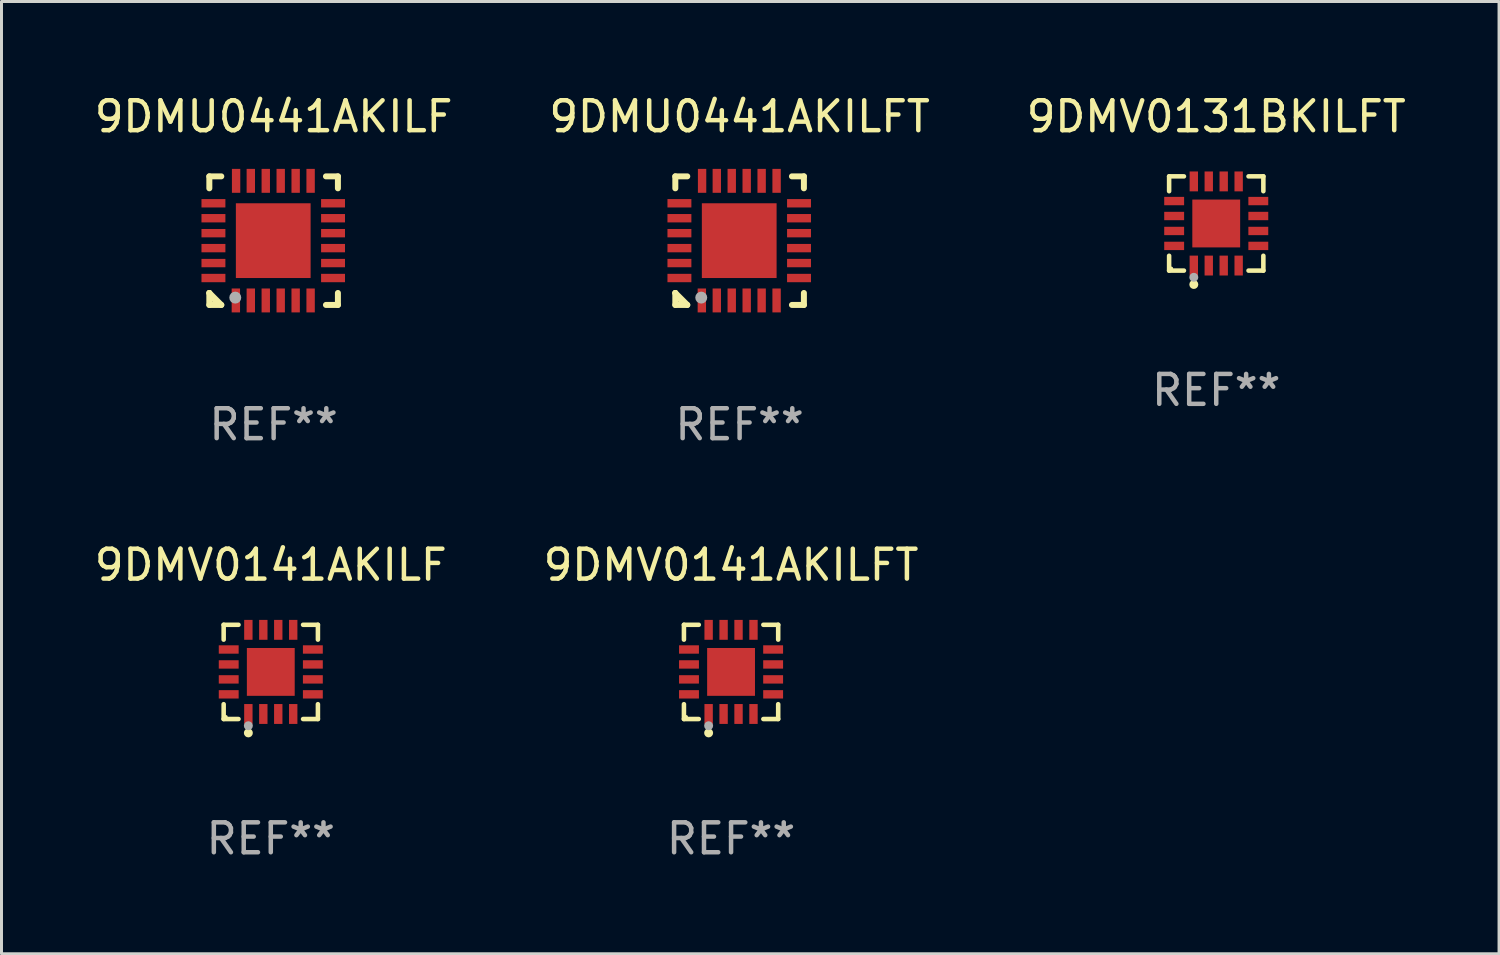
<source format=kicad_pcb>
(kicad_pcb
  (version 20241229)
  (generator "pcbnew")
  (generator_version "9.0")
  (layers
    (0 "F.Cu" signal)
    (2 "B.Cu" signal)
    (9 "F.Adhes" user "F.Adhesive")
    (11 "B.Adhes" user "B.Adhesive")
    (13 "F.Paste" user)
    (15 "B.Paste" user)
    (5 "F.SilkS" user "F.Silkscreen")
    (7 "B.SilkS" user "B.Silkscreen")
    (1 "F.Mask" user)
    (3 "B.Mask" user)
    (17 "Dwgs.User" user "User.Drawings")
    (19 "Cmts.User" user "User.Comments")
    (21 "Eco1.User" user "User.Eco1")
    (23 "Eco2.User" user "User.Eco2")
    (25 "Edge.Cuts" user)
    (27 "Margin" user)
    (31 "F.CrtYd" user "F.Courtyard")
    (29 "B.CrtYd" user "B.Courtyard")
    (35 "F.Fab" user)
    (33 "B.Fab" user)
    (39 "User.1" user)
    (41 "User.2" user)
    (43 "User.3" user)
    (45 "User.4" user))
  (footprint "9DMV0141AKILFT"
    (layer "F.Cu")
    (at 21.399 19.421)
    (property "Reference" "9DMV0141AKILFT" (at 0 -3.576 0) (layer "F.SilkS") (effects (font (size 1 1) (thickness 0.15))))
    (attr through_hole)
    (fp_line (start -1.576 -1.576) (end -1.08 -1.576) (stroke (width 0.152) (type solid)) (layer "F.SilkS"))
    (fp_line (start -1.576 -1.08) (end -1.576 -1.576) (stroke (width 0.152) (type solid)) (layer "F.SilkS"))
    (fp_line (start -1.576 1.08) (end -1.576 1.576) (stroke (width 0.152) (type solid)) (layer "F.SilkS"))
    (fp_line (start -1.576 1.576) (end -1.08 1.576) (stroke (width 0.152) (type solid)) (layer "F.SilkS"))
    (fp_line (start 1.576 -1.576) (end 1.08 -1.576) (stroke (width 0.152) (type solid)) (layer "F.SilkS"))
    (fp_line (start 1.576 -1.08) (end 1.576 -1.576) (stroke (width 0.152) (type solid)) (layer "F.SilkS"))
    (fp_line (start 1.576 1.08) (end 1.576 1.576) (stroke (width 0.152) (type solid)) (layer "F.SilkS"))
    (fp_line (start 1.576 1.576) (end 1.08 1.576) (stroke (width 0.152) (type solid)) (layer "F.SilkS"))
    (fp_circle (center -1.5 1.5) (end -1.47 1.5) (stroke (width 0.06) (type solid)) (fill no) (layer "F.SilkS"))
    (fp_circle (center -0.75 2.04) (end -0.675 2.04) (stroke (width 0.15) (type solid)) (fill no) (layer "F.SilkS"))
    (fp_circle (center -0.75 1.8) (end -0.675 1.8) (stroke (width 0.15) (type solid)) (fill no) (layer "F.Fab"))
    (fp_text user "REF**" (at 0 5.576 0) (layer "F.Fab") (effects (font (size 1 1) (thickness 0.15))))
    (pad "1" smd rect (at -0.75 1.407) (size 0.28 0.665) (layers "F.Cu" "F.Mask" "F.Paste"))
    (pad "2" smd rect (at -0.25 1.407) (size 0.28 0.665) (layers "F.Cu" "F.Mask" "F.Paste"))
    (pad "3" smd rect (at 0.25 1.407) (size 0.28 0.665) (layers "F.Cu" "F.Mask" "F.Paste"))
    (pad "4" smd rect (at 0.75 1.407) (size 0.28 0.665) (layers "F.Cu" "F.Mask" "F.Paste"))
    (pad "5" smd rect (at 1.407 0.75) (size 0.665 0.28) (layers "F.Cu" "F.Mask" "F.Paste"))
    (pad "6" smd rect (at 1.407 0.25) (size 0.665 0.28) (layers "F.Cu" "F.Mask" "F.Paste"))
    (pad "7" smd rect (at 1.407 -0.25) (size 0.665 0.28) (layers "F.Cu" "F.Mask" "F.Paste"))
    (pad "8" smd rect (at 1.407 -0.75) (size 0.665 0.28) (layers "F.Cu" "F.Mask" "F.Paste"))
    (pad "9" smd rect (at 0.75 -1.407) (size 0.28 0.665) (layers "F.Cu" "F.Mask" "F.Paste"))
    (pad "10" smd rect (at 0.25 -1.407) (size 0.28 0.665) (layers "F.Cu" "F.Mask" "F.Paste"))
    (pad "11" smd rect (at -0.25 -1.407) (size 0.28 0.665) (layers "F.Cu" "F.Mask" "F.Paste"))
    (pad "12" smd rect (at -0.75 -1.407) (size 0.28 0.665) (layers "F.Cu" "F.Mask" "F.Paste"))
    (pad "13" smd rect (at -1.407 -0.75) (size 0.665 0.28) (layers "F.Cu" "F.Mask" "F.Paste"))
    (pad "14" smd rect (at -1.407 -0.25) (size 0.665 0.28) (layers "F.Cu" "F.Mask" "F.Paste"))
    (pad "15" smd rect (at -1.407 0.25) (size 0.665 0.28) (layers "F.Cu" "F.Mask" "F.Paste"))
    (pad "16" smd rect (at -1.407 0.75) (size 0.665 0.28) (layers "F.Cu" "F.Mask" "F.Paste"))
    (pad "17" smd rect (at 0 0) (size 1.6 1.6) (layers "F.Cu" "F.Mask" "F.Paste")))
  (footprint "9DMV0131BKILFT"
    (layer "F.Cu")
    (at 37.625 4.424)
    (property "Reference" "9DMV0131BKILFT" (at 0 -3.576 0) (layer "F.SilkS") (effects (font (size 1 1) (thickness 0.15))))
    (attr through_hole)
    (fp_line (start -1.576 -1.576) (end -1.08 -1.576) (stroke (width 0.152) (type solid)) (layer "F.SilkS"))
    (fp_line (start -1.576 -1.08) (end -1.576 -1.576) (stroke (width 0.152) (type solid)) (layer "F.SilkS"))
    (fp_line (start -1.576 1.08) (end -1.576 1.576) (stroke (width 0.152) (type solid)) (layer "F.SilkS"))
    (fp_line (start -1.576 1.576) (end -1.08 1.576) (stroke (width 0.152) (type solid)) (layer "F.SilkS"))
    (fp_line (start 1.576 -1.576) (end 1.08 -1.576) (stroke (width 0.152) (type solid)) (layer "F.SilkS"))
    (fp_line (start 1.576 -1.08) (end 1.576 -1.576) (stroke (width 0.152) (type solid)) (layer "F.SilkS"))
    (fp_line (start 1.576 1.08) (end 1.576 1.576) (stroke (width 0.152) (type solid)) (layer "F.SilkS"))
    (fp_line (start 1.576 1.576) (end 1.08 1.576) (stroke (width 0.152) (type solid)) (layer "F.SilkS"))
    (fp_circle (center -1.5 1.5) (end -1.47 1.5) (stroke (width 0.06) (type solid)) (fill no) (layer "F.SilkS"))
    (fp_circle (center -0.75 2.04) (end -0.675 2.04) (stroke (width 0.15) (type solid)) (fill no) (layer "F.SilkS"))
    (fp_circle (center -0.75 1.8) (end -0.675 1.8) (stroke (width 0.15) (type solid)) (fill no) (layer "F.Fab"))
    (fp_text user "REF**" (at 0 5.576 0) (layer "F.Fab") (effects (font (size 1 1) (thickness 0.15))))
    (pad "1" smd rect (at -0.75 1.407) (size 0.28 0.665) (layers "F.Cu" "F.Mask" "F.Paste"))
    (pad "2" smd rect (at -0.25 1.407) (size 0.28 0.665) (layers "F.Cu" "F.Mask" "F.Paste"))
    (pad "3" smd rect (at 0.25 1.407) (size 0.28 0.665) (layers "F.Cu" "F.Mask" "F.Paste"))
    (pad "4" smd rect (at 0.75 1.407) (size 0.28 0.665) (layers "F.Cu" "F.Mask" "F.Paste"))
    (pad "5" smd rect (at 1.407 0.75) (size 0.665 0.28) (layers "F.Cu" "F.Mask" "F.Paste"))
    (pad "6" smd rect (at 1.407 0.25) (size 0.665 0.28) (layers "F.Cu" "F.Mask" "F.Paste"))
    (pad "7" smd rect (at 1.407 -0.25) (size 0.665 0.28) (layers "F.Cu" "F.Mask" "F.Paste"))
    (pad "8" smd rect (at 1.407 -0.75) (size 0.665 0.28) (layers "F.Cu" "F.Mask" "F.Paste"))
    (pad "9" smd rect (at 0.75 -1.407) (size 0.28 0.665) (layers "F.Cu" "F.Mask" "F.Paste"))
    (pad "10" smd rect (at 0.25 -1.407) (size 0.28 0.665) (layers "F.Cu" "F.Mask" "F.Paste"))
    (pad "11" smd rect (at -0.25 -1.407) (size 0.28 0.665) (layers "F.Cu" "F.Mask" "F.Paste"))
    (pad "12" smd rect (at -0.75 -1.407) (size 0.28 0.665) (layers "F.Cu" "F.Mask" "F.Paste"))
    (pad "13" smd rect (at -1.407 -0.75) (size 0.665 0.28) (layers "F.Cu" "F.Mask" "F.Paste"))
    (pad "14" smd rect (at -1.407 -0.25) (size 0.665 0.28) (layers "F.Cu" "F.Mask" "F.Paste"))
    (pad "15" smd rect (at -1.407 0.25) (size 0.665 0.28) (layers "F.Cu" "F.Mask" "F.Paste"))
    (pad "16" smd rect (at -1.407 0.75) (size 0.665 0.28) (layers "F.Cu" "F.Mask" "F.Paste"))
    (pad "17" smd rect (at 0 0) (size 1.6 1.6) (layers "F.Cu" "F.Mask" "F.Paste")))
  (footprint "9DMU0441AKILF"
    (layer "F.Cu")
    (at 6.101 4.998)
    (property "Reference" "9DMU0441AKILF" (at 0 -4.15 0) (layer "F.SilkS") (effects (font (size 1 1) (thickness 0.15))))
    (attr through_hole)
    (fp_line (start -2.15 -2.15) (end -1.75 -2.15) (stroke (width 0.2) (type solid)) (layer "F.SilkS"))
    (fp_line (start -2.15 -1.75) (end -2.15 -2.15) (stroke (width 0.2) (type solid)) (layer "F.SilkS"))
    (fp_line (start -2.15 1.75) (end -2.15 1.75) (stroke (width 0.2) (type solid)) (layer "F.SilkS"))
    (fp_line (start -2.15 1.75) (end -1.75 2.15) (stroke (width 0.2) (type solid)) (layer "F.SilkS"))
    (fp_line (start -2.15 2.15) (end -2.15 1.75) (stroke (width 0.2) (type solid)) (layer "F.SilkS"))
    (fp_line (start -1.75 2.15) (end -2.15 2.15) (stroke (width 0.2) (type solid)) (layer "F.SilkS"))
    (fp_line (start 2.15 -2.15) (end 1.75 -2.15) (stroke (width 0.2) (type solid)) (layer "F.SilkS"))
    (fp_line (start 2.15 -1.75) (end 2.15 -2.15) (stroke (width 0.2) (type solid)) (layer "F.SilkS"))
    (fp_line (start 2.15 1.75) (end 2.15 2.15) (stroke (width 0.2) (type solid)) (layer "F.SilkS"))
    (fp_line (start 2.15 2.15) (end 1.75 2.15) (stroke (width 0.2) (type solid)) (layer "F.SilkS"))
    (fp_circle (center -2.013 2) (end -1.983 2) (stroke (width 0.06) (type solid)) (fill no) (layer "F.SilkS"))
    (fp_circle (center -1.283 1.905) (end -1.183 1.905) (stroke (width 0.2) (type solid)) (fill no) (layer "F.Fab"))
    (fp_text user "REF**" (at 0 6.15 0) (layer "F.Fab") (effects (font (size 1 1) (thickness 0.15))))
    (pad "1" smd rect (at -1.263 2 180) (size 0.28 0.8) (layers "F.Cu" "F.Mask" "F.Paste"))
    (pad "2" smd rect (at -0.763 2 180) (size 0.28 0.8) (layers "F.Cu" "F.Mask" "F.Paste"))
    (pad "3" smd rect (at -0.263 2 180) (size 0.28 0.8) (layers "F.Cu" "F.Mask" "F.Paste"))
    (pad "4" smd rect (at 0.237 2 180) (size 0.28 0.8) (layers "F.Cu" "F.Mask" "F.Paste"))
    (pad "5" smd rect (at 0.737 2 180) (size 0.28 0.8) (layers "F.Cu" "F.Mask" "F.Paste"))
    (pad "6" smd rect (at 1.237 2 180) (size 0.28 0.8) (layers "F.Cu" "F.Mask" "F.Paste"))
    (pad "7" smd rect (at 1.987 1.25 90) (size 0.28 0.8) (layers "F.Cu" "F.Mask" "F.Paste"))
    (pad "8" smd rect (at 1.987 0.75 90) (size 0.28 0.8) (layers "F.Cu" "F.Mask" "F.Paste"))
    (pad "9" smd rect (at 1.987 0.25 90) (size 0.28 0.8) (layers "F.Cu" "F.Mask" "F.Paste"))
    (pad "10" smd rect (at 1.987 -0.25 90) (size 0.28 0.8) (layers "F.Cu" "F.Mask" "F.Paste"))
    (pad "11" smd rect (at 1.987 -0.75 90) (size 0.28 0.8) (layers "F.Cu" "F.Mask" "F.Paste"))
    (pad "12" smd rect (at 1.987 -1.25 90) (size 0.28 0.8) (layers "F.Cu" "F.Mask" "F.Paste"))
    (pad "13" smd rect (at 1.237 -2 180) (size 0.28 0.8) (layers "F.Cu" "F.Mask" "F.Paste"))
    (pad "14" smd rect (at 0.737 -2 180) (size 0.28 0.8) (layers "F.Cu" "F.Mask" "F.Paste"))
    (pad "15" smd rect (at 0.237 -2 180) (size 0.28 0.8) (layers "F.Cu" "F.Mask" "F.Paste"))
    (pad "16" smd rect (at -0.263 -2 180) (size 0.28 0.8) (layers "F.Cu" "F.Mask" "F.Paste"))
    (pad "17" smd rect (at -0.763 -2 180) (size 0.28 0.8) (layers "F.Cu" "F.Mask" "F.Paste"))
    (pad "18" smd rect (at -1.255 -2 180) (size 0.28 0.8) (layers "F.Cu" "F.Mask" "F.Paste"))
    (pad "19" smd rect (at -2.013 -1.25 90) (size 0.28 0.8) (layers "F.Cu" "F.Mask" "F.Paste"))
    (pad "20" smd rect (at -2.013 -0.75 90) (size 0.28 0.8) (layers "F.Cu" "F.Mask" "F.Paste"))
    (pad "21" smd rect (at -2.013 -0.25 90) (size 0.28 0.8) (layers "F.Cu" "F.Mask" "F.Paste"))
    (pad "22" smd rect (at -2.013 0.25 90) (size 0.28 0.8) (layers "F.Cu" "F.Mask" "F.Paste"))
    (pad "23" smd rect (at -2.013 0.75 90) (size 0.28 0.8) (layers "F.Cu" "F.Mask" "F.Paste"))
    (pad "24" smd rect (at -2.013 1.25 90) (size 0.28 0.8) (layers "F.Cu" "F.Mask" "F.Paste"))
    (pad "25" smd rect (at -0.013 0 90) (size 2.5 2.5) (layers "F.Cu" "F.Mask" "F.Paste")))
  (footprint "9DMU0441AKILFT"
    (layer "F.Cu")
    (at 21.685 4.998)
    (property "Reference" "9DMU0441AKILFT" (at 0 -4.15 0) (layer "F.SilkS") (effects (font (size 1 1) (thickness 0.15))))
    (attr through_hole)
    (fp_line (start -2.15 -2.15) (end -1.75 -2.15) (stroke (width 0.2) (type solid)) (layer "F.SilkS"))
    (fp_line (start -2.15 -1.75) (end -2.15 -2.15) (stroke (width 0.2) (type solid)) (layer "F.SilkS"))
    (fp_line (start -2.15 1.75) (end -2.15 1.75) (stroke (width 0.2) (type solid)) (layer "F.SilkS"))
    (fp_line (start -2.15 1.75) (end -1.75 2.15) (stroke (width 0.2) (type solid)) (layer "F.SilkS"))
    (fp_line (start -2.15 2.15) (end -2.15 1.75) (stroke (width 0.2) (type solid)) (layer "F.SilkS"))
    (fp_line (start -1.75 2.15) (end -2.15 2.15) (stroke (width 0.2) (type solid)) (layer "F.SilkS"))
    (fp_line (start 2.15 -2.15) (end 1.75 -2.15) (stroke (width 0.2) (type solid)) (layer "F.SilkS"))
    (fp_line (start 2.15 -1.75) (end 2.15 -2.15) (stroke (width 0.2) (type solid)) (layer "F.SilkS"))
    (fp_line (start 2.15 1.75) (end 2.15 2.15) (stroke (width 0.2) (type solid)) (layer "F.SilkS"))
    (fp_line (start 2.15 2.15) (end 1.75 2.15) (stroke (width 0.2) (type solid)) (layer "F.SilkS"))
    (fp_circle (center -2.013 2) (end -1.983 2) (stroke (width 0.06) (type solid)) (fill no) (layer "F.SilkS"))
    (fp_circle (center -1.283 1.905) (end -1.183 1.905) (stroke (width 0.2) (type solid)) (fill no) (layer "F.Fab"))
    (fp_text user "REF**" (at 0 6.15 0) (layer "F.Fab") (effects (font (size 1 1) (thickness 0.15))))
    (pad "1" smd rect (at -1.263 2 180) (size 0.28 0.8) (layers "F.Cu" "F.Mask" "F.Paste"))
    (pad "2" smd rect (at -0.763 2 180) (size 0.28 0.8) (layers "F.Cu" "F.Mask" "F.Paste"))
    (pad "3" smd rect (at -0.263 2 180) (size 0.28 0.8) (layers "F.Cu" "F.Mask" "F.Paste"))
    (pad "4" smd rect (at 0.237 2 180) (size 0.28 0.8) (layers "F.Cu" "F.Mask" "F.Paste"))
    (pad "5" smd rect (at 0.737 2 180) (size 0.28 0.8) (layers "F.Cu" "F.Mask" "F.Paste"))
    (pad "6" smd rect (at 1.237 2 180) (size 0.28 0.8) (layers "F.Cu" "F.Mask" "F.Paste"))
    (pad "7" smd rect (at 1.987 1.25 90) (size 0.28 0.8) (layers "F.Cu" "F.Mask" "F.Paste"))
    (pad "8" smd rect (at 1.987 0.75 90) (size 0.28 0.8) (layers "F.Cu" "F.Mask" "F.Paste"))
    (pad "9" smd rect (at 1.987 0.25 90) (size 0.28 0.8) (layers "F.Cu" "F.Mask" "F.Paste"))
    (pad "10" smd rect (at 1.987 -0.25 90) (size 0.28 0.8) (layers "F.Cu" "F.Mask" "F.Paste"))
    (pad "11" smd rect (at 1.987 -0.75 90) (size 0.28 0.8) (layers "F.Cu" "F.Mask" "F.Paste"))
    (pad "12" smd rect (at 1.987 -1.25 90) (size 0.28 0.8) (layers "F.Cu" "F.Mask" "F.Paste"))
    (pad "13" smd rect (at 1.237 -2 180) (size 0.28 0.8) (layers "F.Cu" "F.Mask" "F.Paste"))
    (pad "14" smd rect (at 0.737 -2 180) (size 0.28 0.8) (layers "F.Cu" "F.Mask" "F.Paste"))
    (pad "15" smd rect (at 0.237 -2 180) (size 0.28 0.8) (layers "F.Cu" "F.Mask" "F.Paste"))
    (pad "16" smd rect (at -0.263 -2 180) (size 0.28 0.8) (layers "F.Cu" "F.Mask" "F.Paste"))
    (pad "17" smd rect (at -0.763 -2 180) (size 0.28 0.8) (layers "F.Cu" "F.Mask" "F.Paste"))
    (pad "18" smd rect (at -1.255 -2 180) (size 0.28 0.8) (layers "F.Cu" "F.Mask" "F.Paste"))
    (pad "19" smd rect (at -2.013 -1.25 90) (size 0.28 0.8) (layers "F.Cu" "F.Mask" "F.Paste"))
    (pad "20" smd rect (at -2.013 -0.75 90) (size 0.28 0.8) (layers "F.Cu" "F.Mask" "F.Paste"))
    (pad "21" smd rect (at -2.013 -0.25 90) (size 0.28 0.8) (layers "F.Cu" "F.Mask" "F.Paste"))
    (pad "22" smd rect (at -2.013 0.25 90) (size 0.28 0.8) (layers "F.Cu" "F.Mask" "F.Paste"))
    (pad "23" smd rect (at -2.013 0.75 90) (size 0.28 0.8) (layers "F.Cu" "F.Mask" "F.Paste"))
    (pad "24" smd rect (at -2.013 1.25 90) (size 0.28 0.8) (layers "F.Cu" "F.Mask" "F.Paste"))
    (pad "25" smd rect (at -0.013 0 90) (size 2.5 2.5) (layers "F.Cu" "F.Mask" "F.Paste")))
  (footprint "9DMV0141AKILF"
    (layer "F.Cu")
    (at 6.006 19.421)
    (property "Reference" "9DMV0141AKILF" (at 0 -3.576 0) (layer "F.SilkS") (effects (font (size 1 1) (thickness 0.15))))
    (attr through_hole)
    (fp_line (start -1.576 -1.576) (end -1.08 -1.576) (stroke (width 0.152) (type solid)) (layer "F.SilkS"))
    (fp_line (start -1.576 -1.08) (end -1.576 -1.576) (stroke (width 0.152) (type solid)) (layer "F.SilkS"))
    (fp_line (start -1.576 1.08) (end -1.576 1.576) (stroke (width 0.152) (type solid)) (layer "F.SilkS"))
    (fp_line (start -1.576 1.576) (end -1.08 1.576) (stroke (width 0.152) (type solid)) (layer "F.SilkS"))
    (fp_line (start 1.576 -1.576) (end 1.08 -1.576) (stroke (width 0.152) (type solid)) (layer "F.SilkS"))
    (fp_line (start 1.576 -1.08) (end 1.576 -1.576) (stroke (width 0.152) (type solid)) (layer "F.SilkS"))
    (fp_line (start 1.576 1.08) (end 1.576 1.576) (stroke (width 0.152) (type solid)) (layer "F.SilkS"))
    (fp_line (start 1.576 1.576) (end 1.08 1.576) (stroke (width 0.152) (type solid)) (layer "F.SilkS"))
    (fp_circle (center -1.5 1.5) (end -1.47 1.5) (stroke (width 0.06) (type solid)) (fill no) (layer "F.SilkS"))
    (fp_circle (center -0.75 2.04) (end -0.675 2.04) (stroke (width 0.15) (type solid)) (fill no) (layer "F.SilkS"))
    (fp_circle (center -0.75 1.8) (end -0.675 1.8) (stroke (width 0.15) (type solid)) (fill no) (layer "F.Fab"))
    (fp_text user "REF**" (at 0 5.576 0) (layer "F.Fab") (effects (font (size 1 1) (thickness 0.15))))
    (pad "1" smd rect (at -0.75 1.407) (size 0.28 0.665) (layers "F.Cu" "F.Mask" "F.Paste"))
    (pad "2" smd rect (at -0.25 1.407) (size 0.28 0.665) (layers "F.Cu" "F.Mask" "F.Paste"))
    (pad "3" smd rect (at 0.25 1.407) (size 0.28 0.665) (layers "F.Cu" "F.Mask" "F.Paste"))
    (pad "4" smd rect (at 0.75 1.407) (size 0.28 0.665) (layers "F.Cu" "F.Mask" "F.Paste"))
    (pad "5" smd rect (at 1.407 0.75) (size 0.665 0.28) (layers "F.Cu" "F.Mask" "F.Paste"))
    (pad "6" smd rect (at 1.407 0.25) (size 0.665 0.28) (layers "F.Cu" "F.Mask" "F.Paste"))
    (pad "7" smd rect (at 1.407 -0.25) (size 0.665 0.28) (layers "F.Cu" "F.Mask" "F.Paste"))
    (pad "8" smd rect (at 1.407 -0.75) (size 0.665 0.28) (layers "F.Cu" "F.Mask" "F.Paste"))
    (pad "9" smd rect (at 0.75 -1.407) (size 0.28 0.665) (layers "F.Cu" "F.Mask" "F.Paste"))
    (pad "10" smd rect (at 0.25 -1.407) (size 0.28 0.665) (layers "F.Cu" "F.Mask" "F.Paste"))
    (pad "11" smd rect (at -0.25 -1.407) (size 0.28 0.665) (layers "F.Cu" "F.Mask" "F.Paste"))
    (pad "12" smd rect (at -0.75 -1.407) (size 0.28 0.665) (layers "F.Cu" "F.Mask" "F.Paste"))
    (pad "13" smd rect (at -1.407 -0.75) (size 0.665 0.28) (layers "F.Cu" "F.Mask" "F.Paste"))
    (pad "14" smd rect (at -1.407 -0.25) (size 0.665 0.28) (layers "F.Cu" "F.Mask" "F.Paste"))
    (pad "15" smd rect (at -1.407 0.25) (size 0.665 0.28) (layers "F.Cu" "F.Mask" "F.Paste"))
    (pad "16" smd rect (at -1.407 0.75) (size 0.665 0.28) (layers "F.Cu" "F.Mask" "F.Paste"))
    (pad "17" smd rect (at 0 0) (size 1.6 1.6) (layers "F.Cu" "F.Mask" "F.Paste")))
  (gr_rect
    (start -3 -3)
    (end 47.083 28.846)
    (stroke (width 0.1) (type default))
    (fill no)
    (layer "Edge.Cuts")))
</source>
